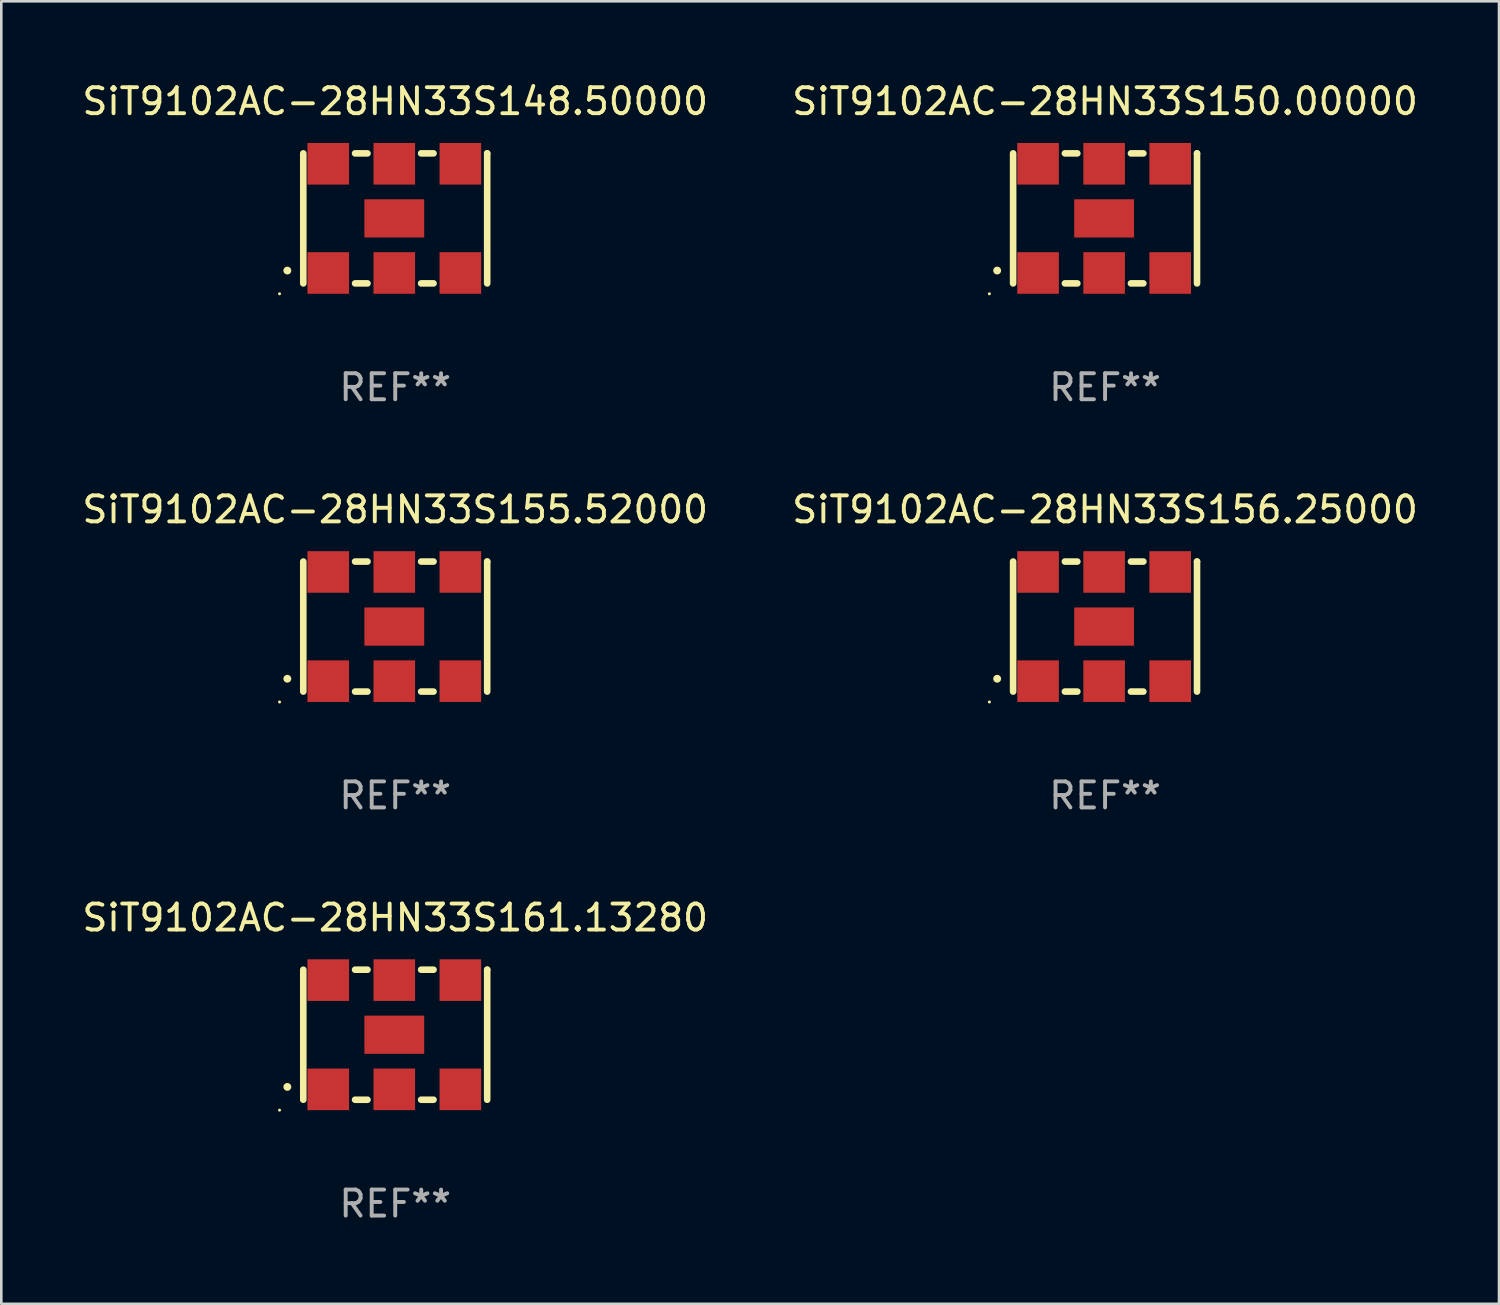
<source format=kicad_pcb>
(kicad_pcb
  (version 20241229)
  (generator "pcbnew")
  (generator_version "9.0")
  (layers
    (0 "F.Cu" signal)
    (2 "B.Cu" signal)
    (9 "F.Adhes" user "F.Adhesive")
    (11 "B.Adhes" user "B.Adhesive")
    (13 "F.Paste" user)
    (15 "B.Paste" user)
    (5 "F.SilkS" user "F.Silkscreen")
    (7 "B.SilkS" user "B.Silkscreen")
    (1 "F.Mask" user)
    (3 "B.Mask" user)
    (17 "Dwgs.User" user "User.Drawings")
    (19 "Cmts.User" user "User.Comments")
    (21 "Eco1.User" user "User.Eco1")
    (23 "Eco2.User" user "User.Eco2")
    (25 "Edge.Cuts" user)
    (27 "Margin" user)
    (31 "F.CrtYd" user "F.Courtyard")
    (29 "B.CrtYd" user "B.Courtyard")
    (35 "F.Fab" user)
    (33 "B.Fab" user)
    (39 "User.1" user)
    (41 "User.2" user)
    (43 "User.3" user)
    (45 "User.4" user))
  (footprint "SiT9102AC-28HN33S148.50000"
    (layer "F.Cu")
    (at 12.149 5.348)
    (property "Reference" "SiT9102AC-28HN33S148.50000" (at 0 -4.5 0) (layer "F.SilkS") (effects (font (size 1 1) (thickness 0.15))))
    (attr through_hole)
    (fp_line (start -3.536 -2.5) (end -3.536 2.5) (stroke (width 0.254) (type solid)) (layer "F.SilkS"))
    (fp_line (start -1.544 2.5) (end -1.067 2.5) (stroke (width 0.254) (type solid)) (layer "F.SilkS"))
    (fp_line (start -1.067 -2.5) (end -1.544 -2.5) (stroke (width 0.254) (type solid)) (layer "F.SilkS"))
    (fp_line (start 0.996 2.5) (end 1.473 2.5) (stroke (width 0.254) (type solid)) (layer "F.SilkS"))
    (fp_line (start 1.473 -2.5) (end 0.996 -2.5) (stroke (width 0.254) (type solid)) (layer "F.SilkS"))
    (fp_line (start 3.536 -2.5) (end 3.536 -2.5) (stroke (width 0.254) (type solid)) (layer "F.SilkS"))
    (fp_line (start 3.536 2.5) (end 3.536 -2.5) (stroke (width 0.254) (type solid)) (layer "F.SilkS"))
    (fp_arc (start -4.150432 2.006604) (mid -4.149162 2.006599) (end -4.147892 2.006604) (stroke (width 0.3) (type solid)) (layer "F.SilkS"))
    (fp_circle (center -4.449 2.9) (end -4.419 2.9) (stroke (width 0.06) (type solid)) (fill no) (layer "F.SilkS"))
    (fp_text user "REF**" (at 0 6.5 0) (layer "F.Fab") (effects (font (size 1 1) (thickness 0.15))))
    (pad "1" smd rect (at -2.576 2.1) (size 1.6 1.6) (layers "F.Cu" "F.Mask" "F.Paste"))
    (pad "2" smd rect (at -0.036 2.1) (size 1.6 1.6) (layers "F.Cu" "F.Mask" "F.Paste"))
    (pad "3" smd rect (at 2.504 2.1) (size 1.6 1.6) (layers "F.Cu" "F.Mask" "F.Paste"))
    (pad "4" smd rect (at 2.504 -2.1) (size 1.6 1.6) (layers "F.Cu" "F.Mask" "F.Paste"))
    (pad "5" smd rect (at -0.036 -2.1) (size 1.6 1.6) (layers "F.Cu" "F.Mask" "F.Paste"))
    (pad "6" smd rect (at -2.576 -2.1) (size 1.6 1.6) (layers "F.Cu" "F.Mask" "F.Paste"))
    (pad "7" smd rect (at -0.036 0) (size 2.3 1.47) (layers "F.Cu" "F.Mask" "F.Paste")))
  (footprint "SiT9102AC-28HN33S155.52000"
    (layer "F.Cu")
    (at 12.149 21.045)
    (property "Reference" "SiT9102AC-28HN33S155.52000" (at 0 -4.5 0) (layer "F.SilkS") (effects (font (size 1 1) (thickness 0.15))))
    (attr through_hole)
    (fp_line (start -3.536 -2.5) (end -3.536 2.5) (stroke (width 0.254) (type solid)) (layer "F.SilkS"))
    (fp_line (start -1.544 2.5) (end -1.067 2.5) (stroke (width 0.254) (type solid)) (layer "F.SilkS"))
    (fp_line (start -1.067 -2.5) (end -1.544 -2.5) (stroke (width 0.254) (type solid)) (layer "F.SilkS"))
    (fp_line (start 0.996 2.5) (end 1.473 2.5) (stroke (width 0.254) (type solid)) (layer "F.SilkS"))
    (fp_line (start 1.473 -2.5) (end 0.996 -2.5) (stroke (width 0.254) (type solid)) (layer "F.SilkS"))
    (fp_line (start 3.536 -2.5) (end 3.536 -2.5) (stroke (width 0.254) (type solid)) (layer "F.SilkS"))
    (fp_line (start 3.536 2.5) (end 3.536 -2.5) (stroke (width 0.254) (type solid)) (layer "F.SilkS"))
    (fp_arc (start -4.150432 2.006604) (mid -4.149162 2.006599) (end -4.147892 2.006604) (stroke (width 0.3) (type solid)) (layer "F.SilkS"))
    (fp_circle (center -4.449 2.9) (end -4.419 2.9) (stroke (width 0.06) (type solid)) (fill no) (layer "F.SilkS"))
    (fp_text user "REF**" (at 0 6.5 0) (layer "F.Fab") (effects (font (size 1 1) (thickness 0.15))))
    (pad "1" smd rect (at -2.576 2.1) (size 1.6 1.6) (layers "F.Cu" "F.Mask" "F.Paste"))
    (pad "2" smd rect (at -0.036 2.1) (size 1.6 1.6) (layers "F.Cu" "F.Mask" "F.Paste"))
    (pad "3" smd rect (at 2.504 2.1) (size 1.6 1.6) (layers "F.Cu" "F.Mask" "F.Paste"))
    (pad "4" smd rect (at 2.504 -2.1) (size 1.6 1.6) (layers "F.Cu" "F.Mask" "F.Paste"))
    (pad "5" smd rect (at -0.036 -2.1) (size 1.6 1.6) (layers "F.Cu" "F.Mask" "F.Paste"))
    (pad "6" smd rect (at -2.576 -2.1) (size 1.6 1.6) (layers "F.Cu" "F.Mask" "F.Paste"))
    (pad "7" smd rect (at -0.036 0) (size 2.3 1.47) (layers "F.Cu" "F.Mask" "F.Paste")))
  (footprint "SiT9102AC-28HN33S156.25000"
    (layer "F.Cu")
    (at 39.446 21.045)
    (property "Reference" "SiT9102AC-28HN33S156.25000" (at 0 -4.5 0) (layer "F.SilkS") (effects (font (size 1 1) (thickness 0.15))))
    (attr through_hole)
    (fp_line (start -3.536 -2.5) (end -3.536 2.5) (stroke (width 0.254) (type solid)) (layer "F.SilkS"))
    (fp_line (start -1.544 2.5) (end -1.067 2.5) (stroke (width 0.254) (type solid)) (layer "F.SilkS"))
    (fp_line (start -1.067 -2.5) (end -1.544 -2.5) (stroke (width 0.254) (type solid)) (layer "F.SilkS"))
    (fp_line (start 0.996 2.5) (end 1.473 2.5) (stroke (width 0.254) (type solid)) (layer "F.SilkS"))
    (fp_line (start 1.473 -2.5) (end 0.996 -2.5) (stroke (width 0.254) (type solid)) (layer "F.SilkS"))
    (fp_line (start 3.536 -2.5) (end 3.536 -2.5) (stroke (width 0.254) (type solid)) (layer "F.SilkS"))
    (fp_line (start 3.536 2.5) (end 3.536 -2.5) (stroke (width 0.254) (type solid)) (layer "F.SilkS"))
    (fp_arc (start -4.150432 2.006604) (mid -4.149162 2.006599) (end -4.147892 2.006604) (stroke (width 0.3) (type solid)) (layer "F.SilkS"))
    (fp_circle (center -4.449 2.9) (end -4.419 2.9) (stroke (width 0.06) (type solid)) (fill no) (layer "F.SilkS"))
    (fp_text user "REF**" (at 0 6.5 0) (layer "F.Fab") (effects (font (size 1 1) (thickness 0.15))))
    (pad "1" smd rect (at -2.576 2.1) (size 1.6 1.6) (layers "F.Cu" "F.Mask" "F.Paste"))
    (pad "2" smd rect (at -0.036 2.1) (size 1.6 1.6) (layers "F.Cu" "F.Mask" "F.Paste"))
    (pad "3" smd rect (at 2.504 2.1) (size 1.6 1.6) (layers "F.Cu" "F.Mask" "F.Paste"))
    (pad "4" smd rect (at 2.504 -2.1) (size 1.6 1.6) (layers "F.Cu" "F.Mask" "F.Paste"))
    (pad "5" smd rect (at -0.036 -2.1) (size 1.6 1.6) (layers "F.Cu" "F.Mask" "F.Paste"))
    (pad "6" smd rect (at -2.576 -2.1) (size 1.6 1.6) (layers "F.Cu" "F.Mask" "F.Paste"))
    (pad "7" smd rect (at -0.036 0) (size 2.3 1.47) (layers "F.Cu" "F.Mask" "F.Paste")))
  (footprint "SiT9102AC-28HN33S150.00000"
    (layer "F.Cu")
    (at 39.446 5.348)
    (property "Reference" "SiT9102AC-28HN33S150.00000" (at 0 -4.5 0) (layer "F.SilkS") (effects (font (size 1 1) (thickness 0.15))))
    (attr through_hole)
    (fp_line (start -3.536 -2.5) (end -3.536 2.5) (stroke (width 0.254) (type solid)) (layer "F.SilkS"))
    (fp_line (start -1.544 2.5) (end -1.067 2.5) (stroke (width 0.254) (type solid)) (layer "F.SilkS"))
    (fp_line (start -1.067 -2.5) (end -1.544 -2.5) (stroke (width 0.254) (type solid)) (layer "F.SilkS"))
    (fp_line (start 0.996 2.5) (end 1.473 2.5) (stroke (width 0.254) (type solid)) (layer "F.SilkS"))
    (fp_line (start 1.473 -2.5) (end 0.996 -2.5) (stroke (width 0.254) (type solid)) (layer "F.SilkS"))
    (fp_line (start 3.536 -2.5) (end 3.536 -2.5) (stroke (width 0.254) (type solid)) (layer "F.SilkS"))
    (fp_line (start 3.536 2.5) (end 3.536 -2.5) (stroke (width 0.254) (type solid)) (layer "F.SilkS"))
    (fp_arc (start -4.150432 2.006604) (mid -4.149162 2.006599) (end -4.147892 2.006604) (stroke (width 0.3) (type solid)) (layer "F.SilkS"))
    (fp_circle (center -4.449 2.9) (end -4.419 2.9) (stroke (width 0.06) (type solid)) (fill no) (layer "F.SilkS"))
    (fp_text user "REF**" (at 0 6.5 0) (layer "F.Fab") (effects (font (size 1 1) (thickness 0.15))))
    (pad "1" smd rect (at -2.576 2.1) (size 1.6 1.6) (layers "F.Cu" "F.Mask" "F.Paste"))
    (pad "2" smd rect (at -0.036 2.1) (size 1.6 1.6) (layers "F.Cu" "F.Mask" "F.Paste"))
    (pad "3" smd rect (at 2.504 2.1) (size 1.6 1.6) (layers "F.Cu" "F.Mask" "F.Paste"))
    (pad "4" smd rect (at 2.504 -2.1) (size 1.6 1.6) (layers "F.Cu" "F.Mask" "F.Paste"))
    (pad "5" smd rect (at -0.036 -2.1) (size 1.6 1.6) (layers "F.Cu" "F.Mask" "F.Paste"))
    (pad "6" smd rect (at -2.576 -2.1) (size 1.6 1.6) (layers "F.Cu" "F.Mask" "F.Paste"))
    (pad "7" smd rect (at -0.036 0) (size 2.3 1.47) (layers "F.Cu" "F.Mask" "F.Paste")))
  (footprint "SiT9102AC-28HN33S161.13280"
    (layer "F.Cu")
    (at 12.149 36.741)
    (property "Reference" "SiT9102AC-28HN33S161.13280" (at 0 -4.5 0) (layer "F.SilkS") (effects (font (size 1 1) (thickness 0.15))))
    (attr through_hole)
    (fp_line (start -3.536 -2.5) (end -3.536 2.5) (stroke (width 0.254) (type solid)) (layer "F.SilkS"))
    (fp_line (start -1.544 2.5) (end -1.067 2.5) (stroke (width 0.254) (type solid)) (layer "F.SilkS"))
    (fp_line (start -1.067 -2.5) (end -1.544 -2.5) (stroke (width 0.254) (type solid)) (layer "F.SilkS"))
    (fp_line (start 0.996 2.5) (end 1.473 2.5) (stroke (width 0.254) (type solid)) (layer "F.SilkS"))
    (fp_line (start 1.473 -2.5) (end 0.996 -2.5) (stroke (width 0.254) (type solid)) (layer "F.SilkS"))
    (fp_line (start 3.536 -2.5) (end 3.536 -2.5) (stroke (width 0.254) (type solid)) (layer "F.SilkS"))
    (fp_line (start 3.536 2.5) (end 3.536 -2.5) (stroke (width 0.254) (type solid)) (layer "F.SilkS"))
    (fp_arc (start -4.150432 2.006604) (mid -4.149162 2.006599) (end -4.147892 2.006604) (stroke (width 0.3) (type solid)) (layer "F.SilkS"))
    (fp_circle (center -4.449 2.9) (end -4.419 2.9) (stroke (width 0.06) (type solid)) (fill no) (layer "F.SilkS"))
    (fp_text user "REF**" (at 0 6.5 0) (layer "F.Fab") (effects (font (size 1 1) (thickness 0.15))))
    (pad "1" smd rect (at -2.576 2.1) (size 1.6 1.6) (layers "F.Cu" "F.Mask" "F.Paste"))
    (pad "2" smd rect (at -0.036 2.1) (size 1.6 1.6) (layers "F.Cu" "F.Mask" "F.Paste"))
    (pad "3" smd rect (at 2.504 2.1) (size 1.6 1.6) (layers "F.Cu" "F.Mask" "F.Paste"))
    (pad "4" smd rect (at 2.504 -2.1) (size 1.6 1.6) (layers "F.Cu" "F.Mask" "F.Paste"))
    (pad "5" smd rect (at -0.036 -2.1) (size 1.6 1.6) (layers "F.Cu" "F.Mask" "F.Paste"))
    (pad "6" smd rect (at -2.576 -2.1) (size 1.6 1.6) (layers "F.Cu" "F.Mask" "F.Paste"))
    (pad "7" smd rect (at -0.036 0) (size 2.3 1.47) (layers "F.Cu" "F.Mask" "F.Paste")))
  (gr_rect
    (start -3 -3)
    (end 54.595 47.09)
    (stroke (width 0.1) (type default))
    (fill no)
    (layer "Edge.Cuts")))
</source>
